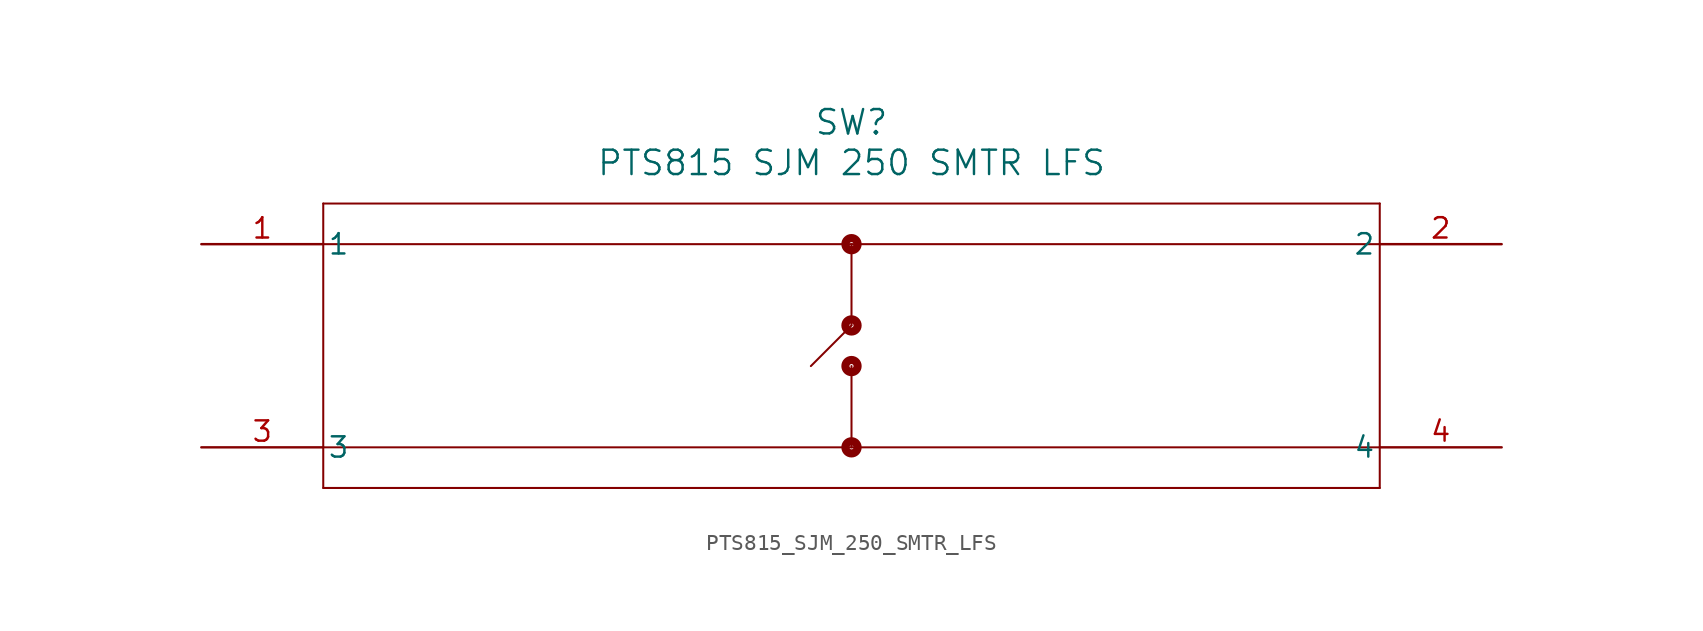
<source format=kicad_sym>
(kicad_symbol_lib
  (version 20211014)
  (generator kicad_symbol_editor)
  (symbol "PTS815_SJM_250_SMTR_LFS"
    (pin_names
      (offset 0.254))
    (property "Reference" "SW"
      (at 40.64 7.62 0)
      (effects (font (size 1.524 1.524))))
    (property "Value" "PTS815 SJM 250 SMTR LFS"
      (at 40.64 5.08 0)
      (effects (font (size 1.524 1.524))))
    (symbol "PTS815_SJM_250_SMTR_LFS_0_1"
      (polyline (pts (xy 7.62 2.54) (xy 7.62 -15.24)) (stroke (width 0.127) (type default) (color 0 0 0 0)) (fill (type none)))
      (polyline (pts (xy 7.62 -15.24) (xy 73.66 -15.24)) (stroke (width 0.127) (type default) (color 0 0 0 0)) (fill (type none)))
      (polyline (pts (xy 73.66 -15.24) (xy 73.66 2.54)) (stroke (width 0.127) (type default) (color 0 0 0 0)) (fill (type none)))
      (polyline (pts (xy 73.66 2.54) (xy 7.62 2.54)) (stroke (width 0.127) (type default) (color 0 0 0 0)) (fill (type none)))
      (polyline (pts (xy 7.62 0) (xy 73.66 0)) (stroke (width 0.127) (type default) (color 0 0 0 0)) (fill (type none)))
      (polyline (pts (xy 73.66 -12.7) (xy 7.62 -12.7)) (stroke (width 0.127) (type default) (color 0 0 0 0)) (fill (type none)))
      (polyline (pts (xy 38.1 -7.62) (xy 40.64 -5.08)) (stroke (width 0.127) (type default) (color 0 0 0 0)) (fill (type none)))
      (circle (center 40.64 -5.08) (radius 0.127) (stroke (width 0.508) (type default) (color 0 0 0 0)) (fill (type none)))
      (polyline (pts (xy 40.64 -5.08) (xy 40.64 0)) (stroke (width 0.127) (type default) (color 0 0 0 0)) (fill (type none)))
      (circle (center 40.64 0) (radius 0.127) (stroke (width 0.508) (type default) (color 0 0 0 0)) (fill (type none)))
      (circle (center 40.64 -7.62) (radius 0.127) (stroke (width 0.508) (type default) (color 0 0 0 0)) (fill (type none)))
      (polyline (pts (xy 40.64 -7.62) (xy 40.64 -12.7)) (stroke (width 0.127) (type default) (color 0 0 0 0)) (fill (type none)))
      (circle (center 40.64 -12.7) (radius 0.127) (stroke (width 0.508) (type default) (color 0 0 0 0)) (fill (type none)))
      (pin unspecified line (at 0 0 0) (length 7.62) (name "1" (effects (font (size 1.27 1.27)))) (number "1" (effects (font (size 1.27 1.27)))))
      (pin unspecified line (at 81.28 0 180) (length 7.62) (name "2" (effects (font (size 1.27 1.27)))) (number "2" (effects (font (size 1.27 1.27)))))
      (pin unspecified line (at 0 -12.7 0) (length 7.62) (name "3" (effects (font (size 1.27 1.27)))) (number "3" (effects (font (size 1.27 1.27)))))
      (pin unspecified line (at 81.28 -12.7 180) (length 7.62) (name "4" (effects (font (size 1.27 1.27)))) (number "4" (effects (font (size 1.27 1.27))))))))
</source>
